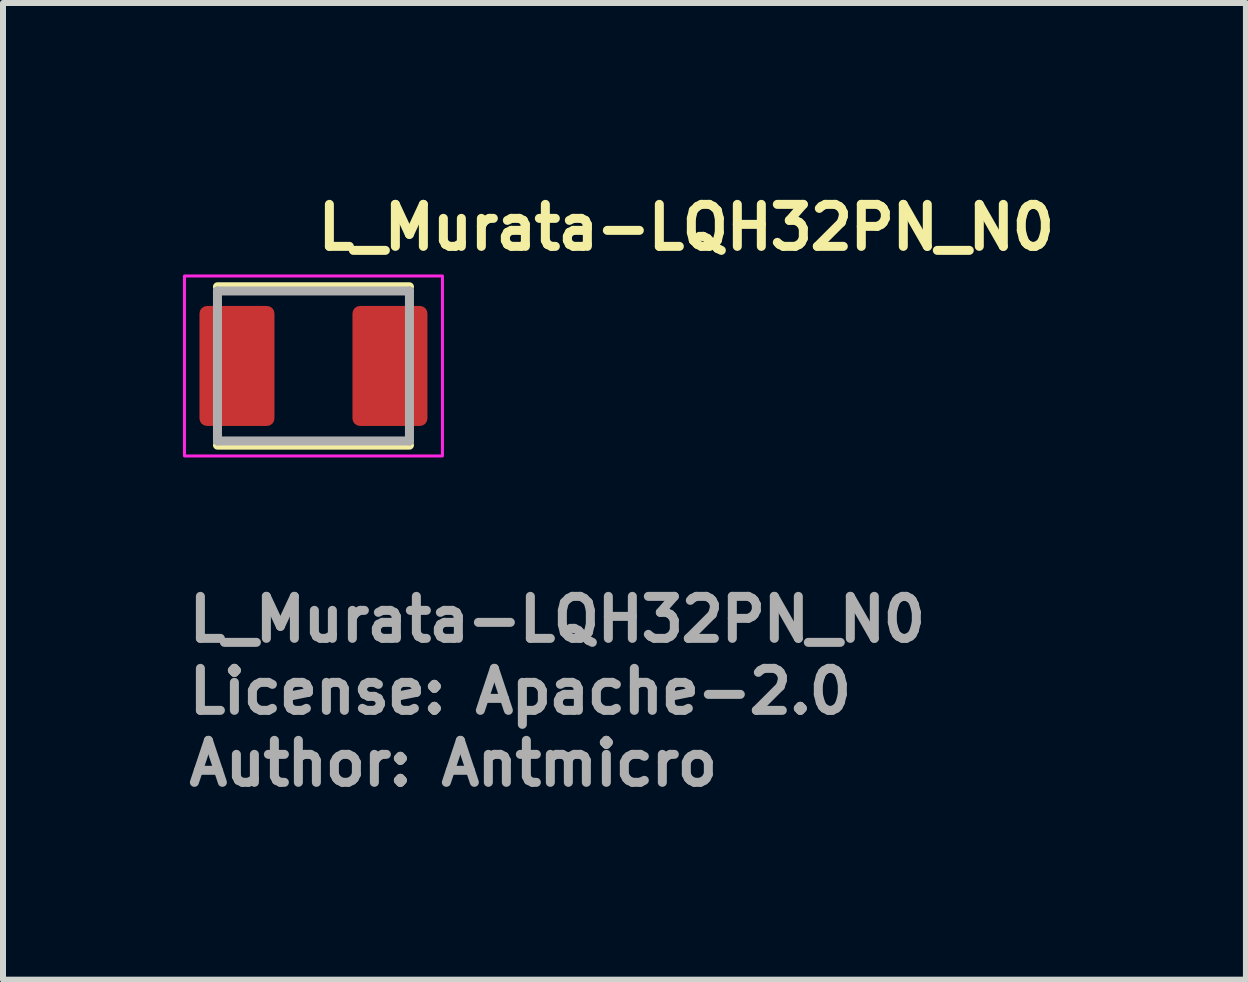
<source format=kicad_pcb>
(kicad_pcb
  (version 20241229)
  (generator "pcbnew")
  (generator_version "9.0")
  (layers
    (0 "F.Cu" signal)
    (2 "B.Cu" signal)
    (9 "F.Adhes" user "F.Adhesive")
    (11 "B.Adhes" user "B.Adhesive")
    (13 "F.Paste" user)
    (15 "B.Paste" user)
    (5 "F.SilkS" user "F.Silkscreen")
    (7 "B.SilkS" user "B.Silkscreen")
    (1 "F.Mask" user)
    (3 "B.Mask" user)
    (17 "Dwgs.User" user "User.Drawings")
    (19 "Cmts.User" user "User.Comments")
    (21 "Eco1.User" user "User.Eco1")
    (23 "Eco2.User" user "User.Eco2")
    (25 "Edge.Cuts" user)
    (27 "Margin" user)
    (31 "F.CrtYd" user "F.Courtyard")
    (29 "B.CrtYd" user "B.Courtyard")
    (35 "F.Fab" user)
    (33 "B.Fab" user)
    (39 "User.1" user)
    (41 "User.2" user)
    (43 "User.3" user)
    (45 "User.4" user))
  (footprint "L_Murata-LQH32PN_N0"
    (layer "F.Cu")
    (at 2.175 3.05)
    (property "Reference" "L_Murata-LQH32PN_N0" (at 0 -1.9 0) (layer "F.SilkS") (effects (font (size 0.7 0.7) (thickness 0.15)) (justify left bottom)))
    (attr smd)
    (fp_line (start -1.6 -1.32) (end 1.6 -1.32) (stroke (width 0.15) (type solid)) (layer "F.SilkS"))
    (fp_line (start -1.6 1.32) (end 1.6 1.32) (stroke (width 0.15) (type solid)) (layer "F.SilkS"))
    (fp_rect (start -2.15 -1.5) (end 2.15 1.5) (stroke (width 0.05) (type solid)) (fill no) (layer "F.CrtYd"))
    (fp_line (start -1.6 -1.25) (end 1.6 -1.25) (stroke (width 0.15) (type solid)) (layer "F.Fab"))
    (fp_line (start -1.6 1.25) (end -1.6 -1.25) (stroke (width 0.15) (type solid)) (layer "F.Fab"))
    (fp_line (start 1.6 -1.25) (end 1.6 1.25) (stroke (width 0.15) (type solid)) (layer "F.Fab"))
    (fp_line (start 1.6 1.25) (end -1.6 1.25) (stroke (width 0.15) (type solid)) (layer "F.Fab"))
    (fp_rect (start -1.6 -1.25) (end 1.6 1.25) (stroke (width 0.1) (type solid)) (fill no) (layer "User.5"))
    (fp_line (start -1.6 -1.25) (end -1.6 1.25) (stroke (width 0.02) (type solid)) (layer "User.9"))
    (fp_line (start -1.6 -1.25) (end -1.35 -1.25) (stroke (width 0.02) (type solid)) (layer "User.9"))
    (fp_line (start -1.6 1.25) (end -1.35 1.25) (stroke (width 0.02) (type solid)) (layer "User.9"))
    (fp_line (start -1.35 -1.25) (end 1.35 -1.25) (stroke (width 0.02) (type solid)) (layer "User.9"))
    (fp_line (start -1.35 -0.85) (end -1.35 -0.85) (stroke (width 0.02) (type solid)) (layer "User.9"))
    (fp_line (start -1.35 0.85) (end -1.35 0.85) (stroke (width 0.02) (type solid)) (layer "User.9"))
    (fp_line (start -1.35 1.25) (end -1.35 -1.25) (stroke (width 0.02) (type solid)) (layer "User.9"))
    (fp_line (start -1.35 1.25) (end 1.35 1.25) (stroke (width 0.02) (type solid)) (layer "User.9"))
    (fp_line (start -0.949 1.25) (end -0.948 1.25) (stroke (width 0.02) (type solid)) (layer "User.9"))
    (fp_line (start -0.948 -1.25) (end -0.949 -1.25) (stroke (width 0.02) (type solid)) (layer "User.9"))
    (fp_line (start 0.948 1.25) (end 0.949 1.25) (stroke (width 0.02) (type solid)) (layer "User.9"))
    (fp_line (start 0.969 -1.249) (end 0.948 -1.25) (stroke (width 0.02) (type solid)) (layer "User.9"))
    (fp_line (start 0.989 -1.248) (end 0.969 -1.249) (stroke (width 0.02) (type solid)) (layer "User.9"))
    (fp_line (start 1.008 -1.245) (end 0.989 -1.248) (stroke (width 0.02) (type solid)) (layer "User.9"))
    (fp_line (start 1.028 -1.242) (end 1.008 -1.245) (stroke (width 0.02) (type solid)) (layer "User.9"))
    (fp_line (start 1.048 -1.237) (end 1.028 -1.242) (stroke (width 0.02) (type solid)) (layer "User.9"))
    (fp_line (start 1.067 -1.232) (end 1.048 -1.237) (stroke (width 0.02) (type solid)) (layer "User.9"))
    (fp_line (start 1.086 -1.226) (end 1.067 -1.232) (stroke (width 0.02) (type solid)) (layer "User.9"))
    (fp_line (start 1.104 -1.218) (end 1.086 -1.226) (stroke (width 0.02) (type solid)) (layer "User.9"))
    (fp_line (start 1.122 -1.21) (end 1.104 -1.218) (stroke (width 0.02) (type solid)) (layer "User.9"))
    (fp_line (start 1.139 -1.201) (end 1.122 -1.21) (stroke (width 0.02) (type solid)) (layer "User.9"))
    (fp_line (start 1.157 -1.191) (end 1.139 -1.201) (stroke (width 0.02) (type solid)) (layer "User.9"))
    (fp_line (start 1.174 -1.181) (end 1.157 -1.191) (stroke (width 0.02) (type solid)) (layer "User.9"))
    (fp_line (start 1.19 -1.169) (end 1.174 -1.181) (stroke (width 0.02) (type solid)) (layer "User.9"))
    (fp_line (start 1.205 -1.157) (end 1.19 -1.169) (stroke (width 0.02) (type solid)) (layer "User.9"))
    (fp_line (start 1.22 -1.143) (end 1.205 -1.157) (stroke (width 0.02) (type solid)) (layer "User.9"))
    (fp_line (start 1.235 -1.129) (end 1.22 -1.143) (stroke (width 0.02) (type solid)) (layer "User.9"))
    (fp_line (start 1.235 -1.129) (end 1.235 -1.129) (stroke (width 0.02) (type solid)) (layer "User.9"))
    (fp_line (start 1.248 -1.116) (end 1.235 -1.129) (stroke (width 0.02) (type solid)) (layer "User.9"))
    (fp_line (start 1.26 -1.101) (end 1.248 -1.116) (stroke (width 0.02) (type solid)) (layer "User.9"))
    (fp_line (start 1.272 -1.086) (end 1.26 -1.101) (stroke (width 0.02) (type solid)) (layer "User.9"))
    (fp_line (start 1.283 -1.07) (end 1.272 -1.086) (stroke (width 0.02) (type solid)) (layer "User.9"))
    (fp_line (start 1.294 -1.053) (end 1.283 -1.07) (stroke (width 0.02) (type solid)) (layer "User.9"))
    (fp_line (start 1.303 -1.036) (end 1.294 -1.053) (stroke (width 0.02) (type solid)) (layer "User.9"))
    (fp_line (start 1.312 -1.018) (end 1.303 -1.036) (stroke (width 0.02) (type solid)) (layer "User.9"))
    (fp_line (start 1.32 -1) (end 1.312 -1.018) (stroke (width 0.02) (type solid)) (layer "User.9"))
    (fp_line (start 1.327 -0.983) (end 1.32 -1) (stroke (width 0.02) (type solid)) (layer "User.9"))
    (fp_line (start 1.333 -0.964) (end 1.327 -0.983) (stroke (width 0.02) (type solid)) (layer "User.9"))
    (fp_line (start 1.338 -0.945) (end 1.333 -0.964) (stroke (width 0.02) (type solid)) (layer "User.9"))
    (fp_line (start 1.342 -0.927) (end 1.338 -0.945) (stroke (width 0.02) (type solid)) (layer "User.9"))
    (fp_line (start 1.345 -0.908) (end 1.342 -0.927) (stroke (width 0.02) (type solid)) (layer "User.9"))
    (fp_line (start 1.348 -0.888) (end 1.345 -0.908) (stroke (width 0.02) (type solid)) (layer "User.9"))
    (fp_line (start 1.349 -0.869) (end 1.348 -0.888) (stroke (width 0.02) (type solid)) (layer "User.9"))
    (fp_line (start 1.35 -1.25) (end 1.6 -1.25) (stroke (width 0.02) (type solid)) (layer "User.9"))
    (fp_line (start 1.35 -0.85) (end 1.349 -0.869) (stroke (width 0.02) (type solid)) (layer "User.9"))
    (fp_line (start 1.35 0.85) (end 1.35 0.85) (stroke (width 0.02) (type solid)) (layer "User.9"))
    (fp_line (start 1.35 1.25) (end 1.35 -1.25) (stroke (width 0.02) (type solid)) (layer "User.9"))
    (fp_line (start 1.35 1.25) (end 1.6 1.25) (stroke (width 0.02) (type solid)) (layer "User.9"))
    (fp_line (start 1.6 -1.25) (end 1.6 1.25) (stroke (width 0.02) (type solid)) (layer "User.9"))
    (fp_text user "Author: Antmicro" (at -2.15 7.034 0) (layer "F.Fab") (effects (font (size 0.7 0.7) (thickness 0.15)) (justify left bottom)))
    (fp_text user "License: Apache-2.0" (at -2.15 5.834 0) (layer "F.Fab") (effects (font (size 0.7 0.7) (thickness 0.15)) (justify left bottom)))
    (fp_text user "${REFERENCE}" (at -2.15 4.634 0) (layer "F.Fab") (effects (font (size 0.7 0.7) (thickness 0.15)) (justify left bottom)))
    (pad "1" smd roundrect (at -1.275 0) (size 1.25 2) (layers "F.Cu" "F.Mask" "F.Paste") (roundrect_rratio 0.1))
    (pad "2" smd roundrect (at 1.275 0) (size 1.25 2) (layers "F.Cu" "F.Mask" "F.Paste") (roundrect_rratio 0.1)))
  (gr_rect
    (start -3 -3)
    (end 17.718 13.28)
    (stroke (width 0.1) (type default))
    (fill no)
    (layer "Edge.Cuts")))
</source>
